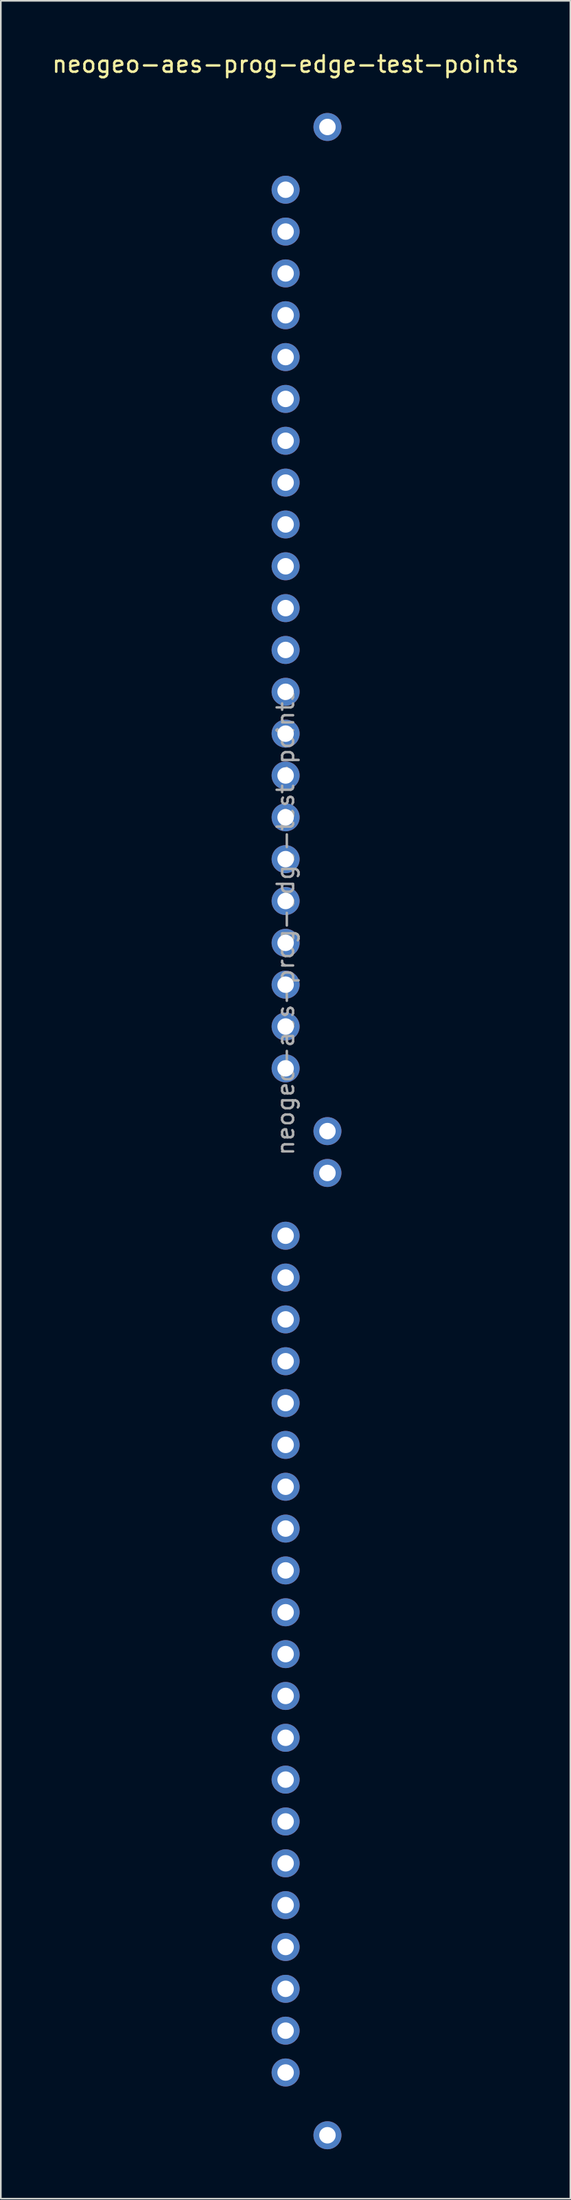
<source format=kicad_pcb>
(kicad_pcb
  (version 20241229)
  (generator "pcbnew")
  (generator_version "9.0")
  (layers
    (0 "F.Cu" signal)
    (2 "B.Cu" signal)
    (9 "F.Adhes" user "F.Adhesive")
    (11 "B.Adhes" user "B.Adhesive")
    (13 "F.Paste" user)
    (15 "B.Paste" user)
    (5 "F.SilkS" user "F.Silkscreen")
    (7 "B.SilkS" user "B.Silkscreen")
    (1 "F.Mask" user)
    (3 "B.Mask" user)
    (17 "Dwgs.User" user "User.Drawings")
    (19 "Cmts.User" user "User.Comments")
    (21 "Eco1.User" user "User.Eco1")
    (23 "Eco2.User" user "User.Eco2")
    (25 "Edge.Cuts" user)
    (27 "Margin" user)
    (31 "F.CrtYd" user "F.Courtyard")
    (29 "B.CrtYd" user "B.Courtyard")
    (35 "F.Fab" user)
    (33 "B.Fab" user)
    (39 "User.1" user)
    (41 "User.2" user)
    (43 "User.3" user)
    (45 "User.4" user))
  (footprint "neogeo-aes-prog-edge-test-points"
    (layer "F.Cu")
    (at 14.292 3.388)
    (property "Reference" "neogeo-aes-prog-edge-test-points" (at 0 -2.54 0) (layer "F.SilkS") (effects (font (size 1 1) (thickness 0.15))))
    (attr through_hole)
    (fp_text user "${REFERENCE}" (at 0 49.53 90) (layer "F.Fab") (effects (font (size 1 1) (thickness 0.15))))
    (pad "2" thru_hole oval (at 2.54 1.27) (size 1.7 1.7) (drill 1) (layers "*.Cu" "*.Mask"))
    (pad "3" thru_hole oval (at 0 5.08) (size 1.7 1.7) (drill 1) (layers "*.Cu" "*.Mask"))
    (pad "4" thru_hole oval (at 0 7.62) (size 1.7 1.7) (drill 1) (layers "*.Cu" "*.Mask"))
    (pad "5" thru_hole oval (at 0 10.16) (size 1.7 1.7) (drill 1) (layers "*.Cu" "*.Mask"))
    (pad "6" thru_hole oval (at 0 12.7) (size 1.7 1.7) (drill 1) (layers "*.Cu" "*.Mask"))
    (pad "7" thru_hole oval (at 0 15.24) (size 1.7 1.7) (drill 1) (layers "*.Cu" "*.Mask"))
    (pad "8" thru_hole oval (at 0 17.78) (size 1.7 1.7) (drill 1) (layers "*.Cu" "*.Mask"))
    (pad "9" thru_hole oval (at 0 20.32) (size 1.7 1.7) (drill 1) (layers "*.Cu" "*.Mask"))
    (pad "10" thru_hole oval (at 0 22.86) (size 1.7 1.7) (drill 1) (layers "*.Cu" "*.Mask"))
    (pad "11" thru_hole oval (at 0 25.4) (size 1.7 1.7) (drill 1) (layers "*.Cu" "*.Mask"))
    (pad "12" thru_hole oval (at 0 27.94) (size 1.7 1.7) (drill 1) (layers "*.Cu" "*.Mask"))
    (pad "13" thru_hole oval (at 0 30.48) (size 1.7 1.7) (drill 1) (layers "*.Cu" "*.Mask"))
    (pad "14" thru_hole oval (at 0 33.02) (size 1.7 1.7) (drill 1) (layers "*.Cu" "*.Mask"))
    (pad "15" thru_hole oval (at 0 35.56) (size 1.7 1.7) (drill 1) (layers "*.Cu" "*.Mask"))
    (pad "16" thru_hole oval (at 0 38.1) (size 1.7 1.7) (drill 1) (layers "*.Cu" "*.Mask"))
    (pad "17" thru_hole oval (at 0 40.64) (size 1.7 1.7) (drill 1) (layers "*.Cu" "*.Mask"))
    (pad "18" thru_hole oval (at 0 43.18) (size 1.7 1.7) (drill 1) (layers "*.Cu" "*.Mask"))
    (pad "19" thru_hole oval (at 0 45.72) (size 1.7 1.7) (drill 1) (layers "*.Cu" "*.Mask"))
    (pad "20" thru_hole oval (at 0 48.26) (size 1.7 1.7) (drill 1) (layers "*.Cu" "*.Mask"))
    (pad "21" thru_hole oval (at 0 50.8) (size 1.7 1.7) (drill 1) (layers "*.Cu" "*.Mask"))
    (pad "22" thru_hole oval (at 0 53.34) (size 1.7 1.7) (drill 1) (layers "*.Cu" "*.Mask"))
    (pad "23" thru_hole oval (at 0 55.88) (size 1.7 1.7) (drill 1) (layers "*.Cu" "*.Mask"))
    (pad "24" thru_hole oval (at 0 58.42) (size 1.7 1.7) (drill 1) (layers "*.Cu" "*.Mask"))
    (pad "25" thru_hole oval (at 2.54 62.23) (size 1.7 1.7) (drill 1) (layers "*.Cu" "*.Mask"))
    (pad "26" thru_hole oval (at 2.54 64.77) (size 1.7 1.7) (drill 1) (layers "*.Cu" "*.Mask"))
    (pad "28" thru_hole oval (at 0 68.58) (size 1.7 1.7) (drill 1) (layers "*.Cu" "*.Mask"))
    (pad "29" thru_hole oval (at 0 71.12) (size 1.7 1.7) (drill 1) (layers "*.Cu" "*.Mask"))
    (pad "30" thru_hole oval (at 0 73.66) (size 1.7 1.7) (drill 1) (layers "*.Cu" "*.Mask"))
    (pad "31" thru_hole oval (at 0 76.2) (size 1.7 1.7) (drill 1) (layers "*.Cu" "*.Mask"))
    (pad "32" thru_hole oval (at 0 78.74) (size 1.7 1.7) (drill 1) (layers "*.Cu" "*.Mask"))
    (pad "33" thru_hole oval (at 0 81.28) (size 1.7 1.7) (drill 1) (layers "*.Cu" "*.Mask"))
    (pad "34" thru_hole oval (at 0 83.82) (size 1.7 1.7) (drill 1) (layers "*.Cu" "*.Mask"))
    (pad "35" thru_hole oval (at 0 86.36) (size 1.7 1.7) (drill 1) (layers "*.Cu" "*.Mask"))
    (pad "36" thru_hole oval (at 0 88.9) (size 1.7 1.7) (drill 1) (layers "*.Cu" "*.Mask"))
    (pad "37" thru_hole oval (at 0 91.44) (size 1.7 1.7) (drill 1) (layers "*.Cu" "*.Mask"))
    (pad "38" thru_hole oval (at 0 93.98) (size 1.7 1.7) (drill 1) (layers "*.Cu" "*.Mask"))
    (pad "39" thru_hole oval (at 0 96.52) (size 1.7 1.7) (drill 1) (layers "*.Cu" "*.Mask"))
    (pad "40" thru_hole oval (at 0 99.06) (size 1.7 1.7) (drill 1) (layers "*.Cu" "*.Mask"))
    (pad "41" thru_hole oval (at 0 101.6) (size 1.7 1.7) (drill 1) (layers "*.Cu" "*.Mask"))
    (pad "42" thru_hole oval (at 0 104.14) (size 1.7 1.7) (drill 1) (layers "*.Cu" "*.Mask"))
    (pad "43" thru_hole oval (at 0 106.68) (size 1.7 1.7) (drill 1) (layers "*.Cu" "*.Mask"))
    (pad "44" thru_hole oval (at 0 109.22) (size 1.7 1.7) (drill 1) (layers "*.Cu" "*.Mask"))
    (pad "45" thru_hole oval (at 0 111.76) (size 1.7 1.7) (drill 1) (layers "*.Cu" "*.Mask"))
    (pad "46" thru_hole oval (at 0 114.3) (size 1.7 1.7) (drill 1) (layers "*.Cu" "*.Mask"))
    (pad "47" thru_hole oval (at 0 116.84) (size 1.7 1.7) (drill 1) (layers "*.Cu" "*.Mask"))
    (pad "48" thru_hole oval (at 0 119.38) (size 1.7 1.7) (drill 1) (layers "*.Cu" "*.Mask"))
    (pad "50" thru_hole oval (at 2.54 123.19) (size 1.7 1.7) (drill 1) (layers "*.Cu" "*.Mask")))
  (gr_rect
    (start -3 -3)
    (end 31.583 130.428)
    (stroke (width 0.1) (type default))
    (fill no)
    (layer "Edge.Cuts")))
</source>
